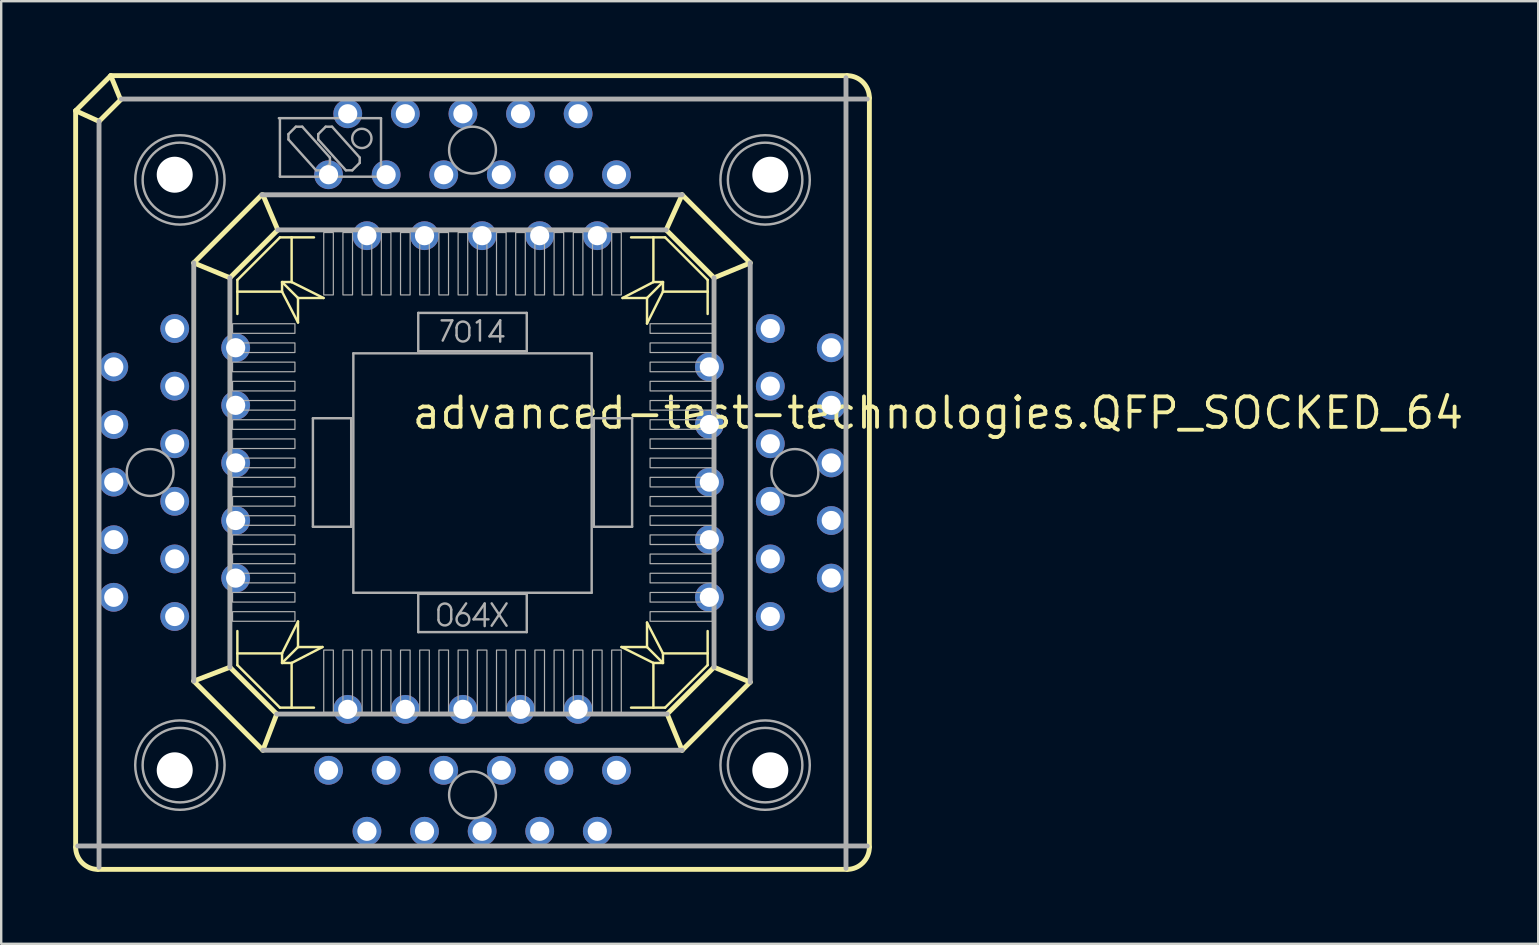
<source format=kicad_pcb>
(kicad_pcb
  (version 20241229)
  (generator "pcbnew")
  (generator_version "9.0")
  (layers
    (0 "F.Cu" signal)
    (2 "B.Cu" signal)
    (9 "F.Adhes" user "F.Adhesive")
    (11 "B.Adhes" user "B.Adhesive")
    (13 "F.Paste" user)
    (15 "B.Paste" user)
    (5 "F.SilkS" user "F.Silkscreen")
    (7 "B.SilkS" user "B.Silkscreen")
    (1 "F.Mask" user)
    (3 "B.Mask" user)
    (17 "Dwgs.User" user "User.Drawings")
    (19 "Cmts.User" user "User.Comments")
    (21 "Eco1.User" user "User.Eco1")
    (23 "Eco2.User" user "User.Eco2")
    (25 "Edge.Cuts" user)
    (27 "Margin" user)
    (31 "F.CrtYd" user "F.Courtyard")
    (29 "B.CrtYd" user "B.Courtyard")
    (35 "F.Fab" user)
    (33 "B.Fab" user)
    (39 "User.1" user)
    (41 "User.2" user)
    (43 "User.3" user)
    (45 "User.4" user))
  (footprint "advanced-test-technologies.QFP_SOCKED_64"
    (layer "F.Cu")
    (at 16.641 16.641)
    (property "Reference" "advanced-test-technologies.QFP_SOCKED_64" (at -2.6 -1.74 0) (layer "F.SilkS") (effects (font (size 1.27 1.27) (thickness 0.16)) (justify left bottom)))
    (attr through_hole)
    (fp_line (start -16.539 -15.076) (end -15.076 -16.539) (stroke (width 0.203) (type default)) (layer "F.SilkS"))
    (fp_line (start -16.539 15.608) (end -16.539 -15.076) (stroke (width 0.203) (type default)) (layer "F.SilkS"))
    (fp_line (start -15.564 -14.633) (end -16.539 -15.076) (stroke (width 0.203) (type default)) (layer "F.SilkS"))
    (fp_line (start -15.564 -14.633) (end -14.633 -15.564) (stroke (width 0.203) (type default)) (layer "F.SilkS"))
    (fp_line (start -15.076 -16.539) (end 15.608 -16.539) (stroke (width 0.203) (type default)) (layer "F.SilkS"))
    (fp_line (start -14.677 -15.564) (end -15.076 -16.539) (stroke (width 0.203) (type default)) (layer "F.SilkS"))
    (fp_line (start -11.617 -8.735) (end -8.78 -11.573) (stroke (width 0.203) (type default)) (layer "F.SilkS"))
    (fp_line (start -11.617 8.691) (end -10.11 8.114) (stroke (width 0.203) (type default)) (layer "F.SilkS"))
    (fp_line (start -10.11 -8.114) (end -11.617 -8.735) (stroke (width 0.203) (type default)) (layer "F.SilkS"))
    (fp_line (start -10.11 -8.114) (end -8.114 -10.11) (stroke (width 0.203) (type default)) (layer "F.SilkS"))
    (fp_line (start -9.799 -8.026) (end -9.799 -7.538) (stroke (width 0.102) (type default)) (layer "F.SilkS"))
    (fp_line (start -9.799 -7.538) (end -9.799 -6.607) (stroke (width 0.102) (type default)) (layer "F.SilkS"))
    (fp_line (start -9.799 -7.538) (end -7.937 -7.538) (stroke (width 0.102) (type default)) (layer "F.SilkS"))
    (fp_line (start -9.799 7.538) (end -9.799 6.607) (stroke (width 0.102) (type default)) (layer "F.SilkS"))
    (fp_line (start -9.799 7.538) (end -9.799 8.026) (stroke (width 0.102) (type default)) (layer "F.SilkS"))
    (fp_line (start -9.799 8.026) (end -8.026 9.799) (stroke (width 0.102) (type default)) (layer "F.SilkS"))
    (fp_line (start -8.735 11.573) (end -8.159 10.065) (stroke (width 0.203) (type default)) (layer "F.SilkS"))
    (fp_line (start -8.735 11.573) (end -11.617 8.691) (stroke (width 0.203) (type default)) (layer "F.SilkS"))
    (fp_line (start -8.159 10.065) (end -10.11 8.114) (stroke (width 0.203) (type default)) (layer "F.SilkS"))
    (fp_line (start -8.114 -10.11) (end -8.735 -11.573) (stroke (width 0.203) (type default)) (layer "F.SilkS"))
    (fp_line (start -8.026 -9.799) (end -9.799 -8.026) (stroke (width 0.102) (type default)) (layer "F.SilkS"))
    (fp_line (start -8.026 9.799) (end -7.538 9.799) (stroke (width 0.102) (type default)) (layer "F.SilkS"))
    (fp_line (start -7.937 -7.937) (end -7.538 -7.937) (stroke (width 0.102) (type default)) (layer "F.SilkS"))
    (fp_line (start -7.937 -7.937) (end -7.272 -7.272) (stroke (width 0.102) (type default)) (layer "F.SilkS"))
    (fp_line (start -7.937 -7.538) (end -7.937 -7.937) (stroke (width 0.102) (type default)) (layer "F.SilkS"))
    (fp_line (start -7.937 7.538) (end -9.799 7.538) (stroke (width 0.102) (type default)) (layer "F.SilkS"))
    (fp_line (start -7.937 7.538) (end -7.272 6.208) (stroke (width 0.102) (type default)) (layer "F.SilkS"))
    (fp_line (start -7.937 7.937) (end -7.937 7.538) (stroke (width 0.102) (type default)) (layer "F.SilkS"))
    (fp_line (start -7.937 7.937) (end -7.272 7.272) (stroke (width 0.102) (type default)) (layer "F.SilkS"))
    (fp_line (start -7.538 -9.799) (end -8.026 -9.799) (stroke (width 0.102) (type default)) (layer "F.SilkS"))
    (fp_line (start -7.538 -9.799) (end -6.607 -9.799) (stroke (width 0.102) (type default)) (layer "F.SilkS"))
    (fp_line (start -7.538 -7.937) (end -7.538 -9.799) (stroke (width 0.102) (type default)) (layer "F.SilkS"))
    (fp_line (start -7.538 -7.937) (end -6.208 -7.272) (stroke (width 0.102) (type default)) (layer "F.SilkS"))
    (fp_line (start -7.538 7.937) (end -7.937 7.937) (stroke (width 0.102) (type default)) (layer "F.SilkS"))
    (fp_line (start -7.538 9.799) (end -7.538 7.937) (stroke (width 0.102) (type default)) (layer "F.SilkS"))
    (fp_line (start -7.538 9.799) (end -6.607 9.799) (stroke (width 0.102) (type default)) (layer "F.SilkS"))
    (fp_line (start -7.272 -7.272) (end -7.272 -6.252) (stroke (width 0.102) (type default)) (layer "F.SilkS"))
    (fp_line (start -7.272 -6.252) (end -7.937 -7.538) (stroke (width 0.102) (type default)) (layer "F.SilkS"))
    (fp_line (start -7.272 6.208) (end -7.272 7.272) (stroke (width 0.102) (type default)) (layer "F.SilkS"))
    (fp_line (start -7.272 7.272) (end -6.252 7.272) (stroke (width 0.102) (type default)) (layer "F.SilkS"))
    (fp_line (start -6.252 7.272) (end -7.538 7.937) (stroke (width 0.102) (type default)) (layer "F.SilkS"))
    (fp_line (start -6.208 -7.272) (end -7.272 -7.272) (stroke (width 0.102) (type default)) (layer "F.SilkS"))
    (fp_line (start 6.208 7.272) (end 7.272 7.272) (stroke (width 0.102) (type default)) (layer "F.SilkS"))
    (fp_line (start 6.252 -7.272) (end 7.538 -7.937) (stroke (width 0.102) (type default)) (layer "F.SilkS"))
    (fp_line (start 7.272 -7.272) (end 6.252 -7.272) (stroke (width 0.102) (type default)) (layer "F.SilkS"))
    (fp_line (start 7.272 -6.208) (end 7.272 -7.272) (stroke (width 0.102) (type default)) (layer "F.SilkS"))
    (fp_line (start 7.272 6.252) (end 7.937 7.538) (stroke (width 0.102) (type default)) (layer "F.SilkS"))
    (fp_line (start 7.272 7.272) (end 7.272 6.252) (stroke (width 0.102) (type default)) (layer "F.SilkS"))
    (fp_line (start 7.538 -9.799) (end 6.607 -9.799) (stroke (width 0.102) (type default)) (layer "F.SilkS"))
    (fp_line (start 7.538 -9.799) (end 7.538 -7.937) (stroke (width 0.102) (type default)) (layer "F.SilkS"))
    (fp_line (start 7.538 -7.937) (end 7.937 -7.937) (stroke (width 0.102) (type default)) (layer "F.SilkS"))
    (fp_line (start 7.538 7.937) (end 6.208 7.272) (stroke (width 0.102) (type default)) (layer "F.SilkS"))
    (fp_line (start 7.538 7.937) (end 7.538 9.799) (stroke (width 0.102) (type default)) (layer "F.SilkS"))
    (fp_line (start 7.538 9.799) (end 6.607 9.799) (stroke (width 0.102) (type default)) (layer "F.SilkS"))
    (fp_line (start 7.538 9.799) (end 8.026 9.799) (stroke (width 0.102) (type default)) (layer "F.SilkS"))
    (fp_line (start 7.937 -7.937) (end 7.272 -7.272) (stroke (width 0.102) (type default)) (layer "F.SilkS"))
    (fp_line (start 7.937 -7.937) (end 7.937 -7.538) (stroke (width 0.102) (type default)) (layer "F.SilkS"))
    (fp_line (start 7.937 -7.538) (end 7.272 -6.208) (stroke (width 0.102) (type default)) (layer "F.SilkS"))
    (fp_line (start 7.937 -7.538) (end 9.799 -7.538) (stroke (width 0.102) (type default)) (layer "F.SilkS"))
    (fp_line (start 7.937 7.538) (end 7.937 7.937) (stroke (width 0.102) (type default)) (layer "F.SilkS"))
    (fp_line (start 7.937 7.937) (end 7.272 7.272) (stroke (width 0.102) (type default)) (layer "F.SilkS"))
    (fp_line (start 7.937 7.937) (end 7.538 7.937) (stroke (width 0.102) (type default)) (layer "F.SilkS"))
    (fp_line (start 8.026 -9.799) (end 7.538 -9.799) (stroke (width 0.102) (type default)) (layer "F.SilkS"))
    (fp_line (start 8.026 9.799) (end 9.799 8.026) (stroke (width 0.102) (type default)) (layer "F.SilkS"))
    (fp_line (start 8.07 -10.11) (end 8.735 -11.573) (stroke (width 0.203) (type default)) (layer "F.SilkS"))
    (fp_line (start 8.07 -10.11) (end 10.065 -8.114) (stroke (width 0.203) (type default)) (layer "F.SilkS"))
    (fp_line (start 8.114 10.065) (end 8.735 11.573) (stroke (width 0.203) (type default)) (layer "F.SilkS"))
    (fp_line (start 8.735 -11.573) (end 11.573 -8.735) (stroke (width 0.203) (type default)) (layer "F.SilkS"))
    (fp_line (start 9.799 -8.026) (end 8.026 -9.799) (stroke (width 0.102) (type default)) (layer "F.SilkS"))
    (fp_line (start 9.799 -7.538) (end 9.799 -8.026) (stroke (width 0.102) (type default)) (layer "F.SilkS"))
    (fp_line (start 9.799 -7.538) (end 9.799 -6.607) (stroke (width 0.102) (type default)) (layer "F.SilkS"))
    (fp_line (start 9.799 7.538) (end 7.937 7.538) (stroke (width 0.102) (type default)) (layer "F.SilkS"))
    (fp_line (start 9.799 7.538) (end 9.799 6.607) (stroke (width 0.102) (type default)) (layer "F.SilkS"))
    (fp_line (start 9.799 8.026) (end 9.799 7.538) (stroke (width 0.102) (type default)) (layer "F.SilkS"))
    (fp_line (start 10.065 -8.114) (end 11.573 -8.735) (stroke (width 0.203) (type default)) (layer "F.SilkS"))
    (fp_line (start 10.065 8.114) (end 8.114 10.065) (stroke (width 0.203) (type default)) (layer "F.SilkS"))
    (fp_line (start 10.065 8.114) (end 11.573 8.735) (stroke (width 0.203) (type default)) (layer "F.SilkS"))
    (fp_line (start 11.573 8.735) (end 8.735 11.573) (stroke (width 0.203) (type default)) (layer "F.SilkS"))
    (fp_line (start 15.608 16.539) (end -15.608 16.539) (stroke (width 0.203) (type default)) (layer "F.SilkS"))
    (fp_line (start 16.539 -15.608) (end 16.539 15.608) (stroke (width 0.203) (type default)) (layer "F.SilkS"))
    (fp_arc (start -15.608 16.5392) (mid -16.266458 16.266458) (end -16.5392 15.608) (stroke (width 0.2032) (type default)) (layer "F.SilkS"))
    (fp_arc (start 15.608 -16.5392) (mid 16.266458 -16.266458) (end 16.5392 -15.608) (stroke (width 0.2032) (type default)) (layer "F.SilkS"))
    (fp_arc (start 16.5392 15.608) (mid 16.266458 16.266458) (end 15.608 16.5392) (stroke (width 0.2032) (type default)) (layer "F.SilkS"))
    (fp_line (start -15.564 15.564) (end -16.451 15.564) (stroke (width 0.203) (type default)) (layer "F.Fab"))
    (fp_line (start -15.564 15.564) (end -15.564 -14.633) (stroke (width 0.203) (type default)) (layer "F.Fab"))
    (fp_line (start -15.564 15.564) (end -15.564 16.451) (stroke (width 0.203) (type default)) (layer "F.Fab"))
    (fp_line (start -14.633 -15.564) (end 15.564 -15.564) (stroke (width 0.203) (type default)) (layer "F.Fab"))
    (fp_line (start -11.617 8.691) (end -11.617 -8.735) (stroke (width 0.203) (type default)) (layer "F.Fab"))
    (fp_line (start -10.11 8.114) (end -10.11 -8.114) (stroke (width 0.203) (type default)) (layer "F.Fab"))
    (fp_line (start -8.78 -11.573) (end 8.735 -11.573) (stroke (width 0.203) (type default)) (layer "F.Fab"))
    (fp_line (start -8.114 -10.11) (end 8.07 -10.11) (stroke (width 0.203) (type default)) (layer "F.Fab"))
    (fp_line (start -8.07 -14.766) (end -8.026 -14.766) (stroke (width 0.102) (type default)) (layer "F.Fab"))
    (fp_line (start -8.026 -14.766) (end -3.813 -14.766) (stroke (width 0.102) (type default)) (layer "F.Fab"))
    (fp_line (start -8.026 -12.327) (end -8.026 -14.766) (stroke (width 0.102) (type default)) (layer "F.Fab"))
    (fp_line (start -7.671 -14.1) (end -7.361 -14.411) (stroke (width 0.102) (type default)) (layer "F.Fab"))
    (fp_line (start -7.671 -13.879) (end -7.671 -14.1) (stroke (width 0.102) (type default)) (layer "F.Fab"))
    (fp_line (start -7.361 -14.411) (end -7.095 -14.411) (stroke (width 0.102) (type default)) (layer "F.Fab"))
    (fp_line (start -7.095 -14.411) (end -5.942 -13.125) (stroke (width 0.102) (type default)) (layer "F.Fab"))
    (fp_line (start -6.651 -2.261) (end -6.651 2.261) (stroke (width 0.102) (type default)) (layer "F.Fab"))
    (fp_line (start -6.651 2.261) (end -5.055 2.261) (stroke (width 0.102) (type default)) (layer "F.Fab"))
    (fp_line (start -6.518 -12.593) (end -7.671 -13.879) (stroke (width 0.102) (type default)) (layer "F.Fab"))
    (fp_line (start -6.429 -14.1) (end -6.119 -14.411) (stroke (width 0.102) (type default)) (layer "F.Fab"))
    (fp_line (start -6.429 -13.879) (end -6.429 -14.1) (stroke (width 0.102) (type default)) (layer "F.Fab"))
    (fp_line (start -6.252 -12.593) (end -6.518 -12.593) (stroke (width 0.102) (type default)) (layer "F.Fab"))
    (fp_line (start -6.119 -14.411) (end -5.853 -14.411) (stroke (width 0.102) (type default)) (layer "F.Fab"))
    (fp_line (start -5.942 -13.125) (end -5.942 -12.859) (stroke (width 0.102) (type default)) (layer "F.Fab"))
    (fp_line (start -5.942 -12.859) (end -6.252 -12.593) (stroke (width 0.102) (type default)) (layer "F.Fab"))
    (fp_line (start -5.853 -14.411) (end -4.7 -13.125) (stroke (width 0.102) (type default)) (layer "F.Fab"))
    (fp_line (start -5.277 -12.593) (end -6.429 -13.879) (stroke (width 0.102) (type default)) (layer "F.Fab"))
    (fp_line (start -5.055 -2.261) (end -6.651 -2.261) (stroke (width 0.102) (type default)) (layer "F.Fab"))
    (fp_line (start -5.055 2.261) (end -5.055 -2.261) (stroke (width 0.102) (type default)) (layer "F.Fab"))
    (fp_line (start -5.011 -12.593) (end -5.277 -12.593) (stroke (width 0.102) (type default)) (layer "F.Fab"))
    (fp_line (start -4.966 -4.966) (end -4.966 5.011) (stroke (width 0.102) (type default)) (layer "F.Fab"))
    (fp_line (start -4.966 -4.966) (end 4.966 -4.966) (stroke (width 0.102) (type default)) (layer "F.Fab"))
    (fp_line (start -4.966 5.011) (end 4.966 5.011) (stroke (width 0.102) (type default)) (layer "F.Fab"))
    (fp_line (start -4.7 -13.125) (end -4.7 -12.903) (stroke (width 0.102) (type default)) (layer "F.Fab"))
    (fp_line (start -4.7 -12.903) (end -5.011 -12.593) (stroke (width 0.102) (type default)) (layer "F.Fab"))
    (fp_line (start -3.813 -14.766) (end -3.813 -12.327) (stroke (width 0.102) (type default)) (layer "F.Fab"))
    (fp_line (start -3.813 -12.327) (end -8.026 -12.327) (stroke (width 0.102) (type default)) (layer "F.Fab"))
    (fp_line (start -2.261 -6.651) (end -2.261 -5.055) (stroke (width 0.102) (type default)) (layer "F.Fab"))
    (fp_line (start -2.261 -5.055) (end 2.261 -5.055) (stroke (width 0.102) (type default)) (layer "F.Fab"))
    (fp_line (start -2.261 5.055) (end -2.261 6.651) (stroke (width 0.102) (type default)) (layer "F.Fab"))
    (fp_line (start -2.261 6.651) (end 2.261 6.651) (stroke (width 0.102) (type default)) (layer "F.Fab"))
    (fp_line (start -1.419 6.13) (end -1.419 5.72) (stroke (width 0.102) (type default)) (layer "F.Fab"))
    (fp_line (start -1.286 -6.341) (end -0.843 -6.341) (stroke (width 0.102) (type default)) (layer "F.Fab"))
    (fp_line (start -0.887 5.72) (end -0.887 6.105) (stroke (width 0.102) (type default)) (layer "F.Fab"))
    (fp_line (start -0.843 -6.341) (end -1.242 -5.498) (stroke (width 0.102) (type default)) (layer "F.Fab"))
    (fp_line (start -0.665 -6.03) (end -0.665 -5.72) (stroke (width 0.102) (type default)) (layer "F.Fab"))
    (fp_line (start -0.266 5.454) (end -0.576 5.897) (stroke (width 0.102) (type default)) (layer "F.Fab"))
    (fp_line (start -0.133 -5.72) (end -0.133 -6.03) (stroke (width 0.102) (type default)) (layer "F.Fab"))
    (fp_line (start 0.044 6.119) (end 0.665 6.119) (stroke (width 0.102) (type default)) (layer "F.Fab"))
    (fp_line (start 0.177 -6.252) (end 0.31 -6.341) (stroke (width 0.102) (type default)) (layer "F.Fab"))
    (fp_line (start 0.31 -6.341) (end 0.31 -5.498) (stroke (width 0.102) (type default)) (layer "F.Fab"))
    (fp_line (start 0.507 5.46) (end 0.044 6.119) (stroke (width 0.102) (type default)) (layer "F.Fab"))
    (fp_line (start 0.507 6.4) (end 0.507 5.46) (stroke (width 0.102) (type default)) (layer "F.Fab"))
    (fp_line (start 0.71 -5.676) (end 1.286 -5.676) (stroke (width 0.102) (type default)) (layer "F.Fab"))
    (fp_line (start 0.798 5.454) (end 1.419 6.385) (stroke (width 0.102) (type default)) (layer "F.Fab"))
    (fp_line (start 0.798 6.385) (end 1.419 5.454) (stroke (width 0.102) (type default)) (layer "F.Fab"))
    (fp_line (start 1.153 -6.341) (end 0.71 -5.676) (stroke (width 0.102) (type default)) (layer "F.Fab"))
    (fp_line (start 1.153 -5.454) (end 1.153 -6.341) (stroke (width 0.102) (type default)) (layer "F.Fab"))
    (fp_line (start 2.261 -6.651) (end -2.261 -6.651) (stroke (width 0.102) (type default)) (layer "F.Fab"))
    (fp_line (start 2.261 -5.055) (end 2.261 -6.651) (stroke (width 0.102) (type default)) (layer "F.Fab"))
    (fp_line (start 2.261 5.055) (end -2.261 5.055) (stroke (width 0.102) (type default)) (layer "F.Fab"))
    (fp_line (start 2.261 6.651) (end 2.261 5.055) (stroke (width 0.102) (type default)) (layer "F.Fab"))
    (fp_line (start 4.966 5.011) (end 4.966 -4.966) (stroke (width 0.102) (type default)) (layer "F.Fab"))
    (fp_line (start 5.055 -2.261) (end 5.055 2.261) (stroke (width 0.102) (type default)) (layer "F.Fab"))
    (fp_line (start 5.055 2.261) (end 6.651 2.261) (stroke (width 0.102) (type default)) (layer "F.Fab"))
    (fp_line (start 6.651 -2.261) (end 5.055 -2.261) (stroke (width 0.102) (type default)) (layer "F.Fab"))
    (fp_line (start 6.651 2.261) (end 6.651 -2.261) (stroke (width 0.102) (type default)) (layer "F.Fab"))
    (fp_line (start 8.114 10.065) (end -8.159 10.065) (stroke (width 0.203) (type default)) (layer "F.Fab"))
    (fp_line (start 8.735 11.573) (end -8.735 11.573) (stroke (width 0.203) (type default)) (layer "F.Fab"))
    (fp_line (start 10.065 -8.114) (end 10.065 8.114) (stroke (width 0.203) (type default)) (layer "F.Fab"))
    (fp_line (start 11.573 -8.735) (end 11.573 8.735) (stroke (width 0.203) (type default)) (layer "F.Fab"))
    (fp_line (start 15.564 -15.564) (end 15.564 -16.451) (stroke (width 0.203) (type default)) (layer "F.Fab"))
    (fp_line (start 15.564 -15.564) (end 15.564 15.564) (stroke (width 0.203) (type default)) (layer "F.Fab"))
    (fp_line (start 15.564 -15.564) (end 16.451 -15.564) (stroke (width 0.203) (type default)) (layer "F.Fab"))
    (fp_line (start 15.564 15.564) (end -15.564 15.564) (stroke (width 0.203) (type default)) (layer "F.Fab"))
    (fp_line (start 15.564 15.564) (end 15.564 16.495) (stroke (width 0.203) (type default)) (layer "F.Fab"))
    (fp_line (start 15.564 15.564) (end 16.451 15.564) (stroke (width 0.203) (type default)) (layer "F.Fab"))
    (fp_rect (start -10 -5.8) (end -7.4 -6.2) (stroke (width 0.05) (type default)) (fill no) (layer "F.Fab"))
    (fp_rect (start -10 -5) (end -7.4 -5.4) (stroke (width 0.05) (type default)) (fill no) (layer "F.Fab"))
    (fp_rect (start -10 -4.2) (end -7.4 -4.6) (stroke (width 0.05) (type default)) (fill no) (layer "F.Fab"))
    (fp_rect (start -10 -3.4) (end -7.4 -3.8) (stroke (width 0.05) (type default)) (fill no) (layer "F.Fab"))
    (fp_rect (start -10 -2.6) (end -7.4 -3) (stroke (width 0.05) (type default)) (fill no) (layer "F.Fab"))
    (fp_rect (start -10 -1.8) (end -7.4 -2.2) (stroke (width 0.05) (type default)) (fill no) (layer "F.Fab"))
    (fp_rect (start -10 -1) (end -7.4 -1.4) (stroke (width 0.05) (type default)) (fill no) (layer "F.Fab"))
    (fp_rect (start -10 -0.2) (end -7.4 -0.6) (stroke (width 0.05) (type default)) (fill no) (layer "F.Fab"))
    (fp_rect (start -10 0.6) (end -7.4 0.2) (stroke (width 0.05) (type default)) (fill no) (layer "F.Fab"))
    (fp_rect (start -10 1.4) (end -7.4 1) (stroke (width 0.05) (type default)) (fill no) (layer "F.Fab"))
    (fp_rect (start -10 2.2) (end -7.4 1.8) (stroke (width 0.05) (type default)) (fill no) (layer "F.Fab"))
    (fp_rect (start -10 3) (end -7.4 2.6) (stroke (width 0.05) (type default)) (fill no) (layer "F.Fab"))
    (fp_rect (start -10 3.8) (end -7.4 3.4) (stroke (width 0.05) (type default)) (fill no) (layer "F.Fab"))
    (fp_rect (start -10 4.6) (end -7.4 4.2) (stroke (width 0.05) (type default)) (fill no) (layer "F.Fab"))
    (fp_rect (start -10 5.4) (end -7.4 5) (stroke (width 0.05) (type default)) (fill no) (layer "F.Fab"))
    (fp_rect (start -10 6.2) (end -7.4 5.8) (stroke (width 0.05) (type default)) (fill no) (layer "F.Fab"))
    (fp_rect (start -6.2 -7.4) (end -5.8 -10) (stroke (width 0.05) (type default)) (fill no) (layer "F.Fab"))
    (fp_rect (start -6.2 10) (end -5.8 7.4) (stroke (width 0.05) (type default)) (fill no) (layer "F.Fab"))
    (fp_rect (start -5.4 -7.4) (end -5 -10) (stroke (width 0.05) (type default)) (fill no) (layer "F.Fab"))
    (fp_rect (start -5.4 10) (end -5 7.4) (stroke (width 0.05) (type default)) (fill no) (layer "F.Fab"))
    (fp_rect (start -4.6 -7.4) (end -4.2 -10) (stroke (width 0.05) (type default)) (fill no) (layer "F.Fab"))
    (fp_rect (start -4.6 10) (end -4.2 7.4) (stroke (width 0.05) (type default)) (fill no) (layer "F.Fab"))
    (fp_rect (start -3.8 -7.4) (end -3.4 -10) (stroke (width 0.05) (type default)) (fill no) (layer "F.Fab"))
    (fp_rect (start -3.8 10) (end -3.4 7.4) (stroke (width 0.05) (type default)) (fill no) (layer "F.Fab"))
    (fp_rect (start -3 -7.4) (end -2.6 -10) (stroke (width 0.05) (type default)) (fill no) (layer "F.Fab"))
    (fp_rect (start -3 10) (end -2.6 7.4) (stroke (width 0.05) (type default)) (fill no) (layer "F.Fab"))
    (fp_rect (start -2.2 -7.4) (end -1.8 -10) (stroke (width 0.05) (type default)) (fill no) (layer "F.Fab"))
    (fp_rect (start -2.2 10) (end -1.8 7.4) (stroke (width 0.05) (type default)) (fill no) (layer "F.Fab"))
    (fp_rect (start -1.4 -7.4) (end -1 -10) (stroke (width 0.05) (type default)) (fill no) (layer "F.Fab"))
    (fp_rect (start -1.4 10) (end -1 7.4) (stroke (width 0.05) (type default)) (fill no) (layer "F.Fab"))
    (fp_rect (start -0.6 -7.4) (end -0.2 -10) (stroke (width 0.05) (type default)) (fill no) (layer "F.Fab"))
    (fp_rect (start -0.6 10) (end -0.2 7.4) (stroke (width 0.05) (type default)) (fill no) (layer "F.Fab"))
    (fp_rect (start 0.2 -7.4) (end 0.6 -10) (stroke (width 0.05) (type default)) (fill no) (layer "F.Fab"))
    (fp_rect (start 0.2 10) (end 0.6 7.4) (stroke (width 0.05) (type default)) (fill no) (layer "F.Fab"))
    (fp_rect (start 1 -7.4) (end 1.4 -10) (stroke (width 0.05) (type default)) (fill no) (layer "F.Fab"))
    (fp_rect (start 1 10) (end 1.4 7.4) (stroke (width 0.05) (type default)) (fill no) (layer "F.Fab"))
    (fp_rect (start 1.8 -7.4) (end 2.2 -10) (stroke (width 0.05) (type default)) (fill no) (layer "F.Fab"))
    (fp_rect (start 1.8 10) (end 2.2 7.4) (stroke (width 0.05) (type default)) (fill no) (layer "F.Fab"))
    (fp_rect (start 2.6 -7.4) (end 3 -10) (stroke (width 0.05) (type default)) (fill no) (layer "F.Fab"))
    (fp_rect (start 2.6 10) (end 3 7.4) (stroke (width 0.05) (type default)) (fill no) (layer "F.Fab"))
    (fp_rect (start 3.4 -7.4) (end 3.8 -10) (stroke (width 0.05) (type default)) (fill no) (layer "F.Fab"))
    (fp_rect (start 3.4 10) (end 3.8 7.4) (stroke (width 0.05) (type default)) (fill no) (layer "F.Fab"))
    (fp_rect (start 4.2 -7.4) (end 4.6 -10) (stroke (width 0.05) (type default)) (fill no) (layer "F.Fab"))
    (fp_rect (start 4.2 10) (end 4.6 7.4) (stroke (width 0.05) (type default)) (fill no) (layer "F.Fab"))
    (fp_rect (start 5 -7.4) (end 5.4 -10) (stroke (width 0.05) (type default)) (fill no) (layer "F.Fab"))
    (fp_rect (start 5 10) (end 5.4 7.4) (stroke (width 0.05) (type default)) (fill no) (layer "F.Fab"))
    (fp_rect (start 5.8 -7.4) (end 6.2 -10) (stroke (width 0.05) (type default)) (fill no) (layer "F.Fab"))
    (fp_rect (start 5.8 10) (end 6.2 7.4) (stroke (width 0.05) (type default)) (fill no) (layer "F.Fab"))
    (fp_rect (start 7.4 -5.8) (end 10 -6.2) (stroke (width 0.05) (type default)) (fill no) (layer "F.Fab"))
    (fp_rect (start 7.4 -5) (end 10 -5.4) (stroke (width 0.05) (type default)) (fill no) (layer "F.Fab"))
    (fp_rect (start 7.4 -4.2) (end 10 -4.6) (stroke (width 0.05) (type default)) (fill no) (layer "F.Fab"))
    (fp_rect (start 7.4 -3.4) (end 10 -3.8) (stroke (width 0.05) (type default)) (fill no) (layer "F.Fab"))
    (fp_rect (start 7.4 -2.6) (end 10 -3) (stroke (width 0.05) (type default)) (fill no) (layer "F.Fab"))
    (fp_rect (start 7.4 -1.8) (end 10 -2.2) (stroke (width 0.05) (type default)) (fill no) (layer "F.Fab"))
    (fp_rect (start 7.4 -1) (end 10 -1.4) (stroke (width 0.05) (type default)) (fill no) (layer "F.Fab"))
    (fp_rect (start 7.4 -0.2) (end 10 -0.6) (stroke (width 0.05) (type default)) (fill no) (layer "F.Fab"))
    (fp_rect (start 7.4 0.6) (end 10 0.2) (stroke (width 0.05) (type default)) (fill no) (layer "F.Fab"))
    (fp_rect (start 7.4 1.4) (end 10 1) (stroke (width 0.05) (type default)) (fill no) (layer "F.Fab"))
    (fp_rect (start 7.4 2.2) (end 10 1.8) (stroke (width 0.05) (type default)) (fill no) (layer "F.Fab"))
    (fp_rect (start 7.4 3) (end 10 2.6) (stroke (width 0.05) (type default)) (fill no) (layer "F.Fab"))
    (fp_rect (start 7.4 3.8) (end 10 3.4) (stroke (width 0.05) (type default)) (fill no) (layer "F.Fab"))
    (fp_rect (start 7.4 4.6) (end 10 4.2) (stroke (width 0.05) (type default)) (fill no) (layer "F.Fab"))
    (fp_rect (start 7.4 5.4) (end 10 5) (stroke (width 0.05) (type default)) (fill no) (layer "F.Fab"))
    (fp_rect (start 7.4 6.2) (end 10 5.8) (stroke (width 0.05) (type default)) (fill no) (layer "F.Fab"))
    (fp_arc (start -1.4189 5.72) (mid -1.15285 5.45395) (end -0.8868 5.72) (stroke (width 0.1016) (type default)) (layer "F.Fab"))
    (fp_arc (start -0.8868 6.1054) (mid -1.132467 6.37237) (end -1.4189 6.1497) (stroke (width 0.1016) (type default)) (layer "F.Fab"))
    (fp_arc (start -0.6651 -6.0304) (mid -0.39905 -6.29645) (end -0.133 -6.0304) (stroke (width 0.1016) (type default)) (layer "F.Fab"))
    (fp_arc (start -0.133 -5.72) (mid -0.39905 -5.45395) (end -0.6651 -5.72) (stroke (width 0.1016) (type default)) (layer "F.Fab"))
    (fp_circle (center -13.435 0) (end -12.46 0) (stroke (width 0.102) (type default)) (fill no) (layer "F.Fab"))
    (fp_circle (center -12.194 -12.194) (end -10.641 -12.194) (stroke (width 0.102) (type default)) (fill no) (layer "F.Fab"))
    (fp_circle (center -12.194 -12.194) (end -10.332 -12.194) (stroke (width 0.102) (type default)) (fill no) (layer "F.Fab"))
    (fp_circle (center -12.194 12.194) (end -10.641 12.194) (stroke (width 0.102) (type default)) (fill no) (layer "F.Fab"))
    (fp_circle (center -12.194 12.194) (end -10.332 12.194) (stroke (width 0.102) (type default)) (fill no) (layer "F.Fab"))
    (fp_circle (center -4.612 -13.923) (end -4.21 -13.923) (stroke (width 0.102) (type default)) (fill no) (layer "F.Fab"))
    (fp_circle (center -0.399 6.119) (end -0.133 6.119) (stroke (width 0.102) (type default)) (fill no) (layer "F.Fab"))
    (fp_circle (center 0 -13.435) (end 0.976 -13.435) (stroke (width 0.102) (type default)) (fill no) (layer "F.Fab"))
    (fp_circle (center 0 13.435) (end 0.976 13.435) (stroke (width 0.102) (type default)) (fill no) (layer "F.Fab"))
    (fp_circle (center 12.194 -12.194) (end 13.746 -12.194) (stroke (width 0.102) (type default)) (fill no) (layer "F.Fab"))
    (fp_circle (center 12.194 -12.194) (end 14.056 -12.194) (stroke (width 0.102) (type default)) (fill no) (layer "F.Fab"))
    (fp_circle (center 12.194 12.194) (end 13.746 12.194) (stroke (width 0.102) (type default)) (fill no) (layer "F.Fab"))
    (fp_circle (center 12.194 12.194) (end 14.056 12.194) (stroke (width 0.102) (type default)) (fill no) (layer "F.Fab"))
    (fp_circle (center 13.435 0) (end 14.411 0) (stroke (width 0.102) (type default)) (fill no) (layer "F.Fab"))
    (pad "" np_thru_hole circle (at -12.41 -12.41) (size 1.5 1.5) (drill 1.5) (layers "*.Cu" "*.Mask"))
    (pad "" np_thru_hole circle (at -12.41 12.41) (size 1.5 1.5) (drill 1.5) (layers "*.Cu" "*.Mask"))
    (pad "" np_thru_hole circle (at 12.41 -12.41) (size 1.5 1.5) (drill 1.5) (layers "*.Cu" "*.Mask"))
    (pad "" np_thru_hole circle (at 12.41 12.41) (size 1.5 1.5) (drill 1.5) (layers "*.Cu" "*.Mask"))
    (pad "1" thru_hole circle (at -12.41 -6) (size 1.2 1.2) (drill 0.8) (layers "*.Cu" "*.Mask"))
    (pad "2" thru_hole circle (at -9.87 -5.2) (size 1.2 1.2) (drill 0.8) (layers "*.Cu" "*.Mask"))
    (pad "3" thru_hole circle (at -14.95 -4.4) (size 1.2 1.2) (drill 0.8) (layers "*.Cu" "*.Mask"))
    (pad "4" thru_hole circle (at -12.41 -3.6) (size 1.2 1.2) (drill 0.8) (layers "*.Cu" "*.Mask"))
    (pad "5" thru_hole circle (at -9.87 -2.8) (size 1.2 1.2) (drill 0.8) (layers "*.Cu" "*.Mask"))
    (pad "6" thru_hole circle (at -14.95 -2) (size 1.2 1.2) (drill 0.8) (layers "*.Cu" "*.Mask"))
    (pad "7" thru_hole circle (at -12.41 -1.2) (size 1.2 1.2) (drill 0.8) (layers "*.Cu" "*.Mask"))
    (pad "8" thru_hole circle (at -9.87 -0.4) (size 1.2 1.2) (drill 0.8) (layers "*.Cu" "*.Mask"))
    (pad "9" thru_hole circle (at -14.95 0.4) (size 1.2 1.2) (drill 0.8) (layers "*.Cu" "*.Mask"))
    (pad "10" thru_hole circle (at -12.41 1.2) (size 1.2 1.2) (drill 0.8) (layers "*.Cu" "*.Mask"))
    (pad "11" thru_hole circle (at -9.87 2) (size 1.2 1.2) (drill 0.8) (layers "*.Cu" "*.Mask"))
    (pad "12" thru_hole circle (at -14.95 2.8) (size 1.2 1.2) (drill 0.8) (layers "*.Cu" "*.Mask"))
    (pad "13" thru_hole circle (at -12.41 3.6) (size 1.2 1.2) (drill 0.8) (layers "*.Cu" "*.Mask"))
    (pad "14" thru_hole circle (at -9.87 4.4) (size 1.2 1.2) (drill 0.8) (layers "*.Cu" "*.Mask"))
    (pad "15" thru_hole circle (at -14.95 5.2) (size 1.2 1.2) (drill 0.8) (layers "*.Cu" "*.Mask"))
    (pad "16" thru_hole circle (at -12.41 6) (size 1.2 1.2) (drill 0.8) (layers "*.Cu" "*.Mask"))
    (pad "17" thru_hole circle (at -6 12.41 90) (size 1.2 1.2) (drill 0.8) (layers "*.Cu" "*.Mask"))
    (pad "18" thru_hole circle (at -5.2 9.87 90) (size 1.2 1.2) (drill 0.8) (layers "*.Cu" "*.Mask"))
    (pad "19" thru_hole circle (at -4.4 14.95 90) (size 1.2 1.2) (drill 0.8) (layers "*.Cu" "*.Mask"))
    (pad "20" thru_hole circle (at -3.6 12.41 90) (size 1.2 1.2) (drill 0.8) (layers "*.Cu" "*.Mask"))
    (pad "21" thru_hole circle (at -2.8 9.87 90) (size 1.2 1.2) (drill 0.8) (layers "*.Cu" "*.Mask"))
    (pad "22" thru_hole circle (at -2 14.95 90) (size 1.2 1.2) (drill 0.8) (layers "*.Cu" "*.Mask"))
    (pad "23" thru_hole circle (at -1.2 12.41 90) (size 1.2 1.2) (drill 0.8) (layers "*.Cu" "*.Mask"))
    (pad "24" thru_hole circle (at -0.4 9.87 90) (size 1.2 1.2) (drill 0.8) (layers "*.Cu" "*.Mask"))
    (pad "25" thru_hole circle (at 0.4 14.95 90) (size 1.2 1.2) (drill 0.8) (layers "*.Cu" "*.Mask"))
    (pad "26" thru_hole circle (at 1.2 12.41 90) (size 1.2 1.2) (drill 0.8) (layers "*.Cu" "*.Mask"))
    (pad "27" thru_hole circle (at 2 9.87 90) (size 1.2 1.2) (drill 0.8) (layers "*.Cu" "*.Mask"))
    (pad "28" thru_hole circle (at 2.8 14.95 90) (size 1.2 1.2) (drill 0.8) (layers "*.Cu" "*.Mask"))
    (pad "29" thru_hole circle (at 3.6 12.41 90) (size 1.2 1.2) (drill 0.8) (layers "*.Cu" "*.Mask"))
    (pad "30" thru_hole circle (at 4.4 9.87 90) (size 1.2 1.2) (drill 0.8) (layers "*.Cu" "*.Mask"))
    (pad "31" thru_hole circle (at 5.2 14.95 90) (size 1.2 1.2) (drill 0.8) (layers "*.Cu" "*.Mask"))
    (pad "32" thru_hole circle (at 6 12.41 90) (size 1.2 1.2) (drill 0.8) (layers "*.Cu" "*.Mask"))
    (pad "33" thru_hole circle (at 12.41 6 180) (size 1.2 1.2) (drill 0.8) (layers "*.Cu" "*.Mask"))
    (pad "34" thru_hole circle (at 9.87 5.2 180) (size 1.2 1.2) (drill 0.8) (layers "*.Cu" "*.Mask"))
    (pad "35" thru_hole circle (at 14.95 4.4 180) (size 1.2 1.2) (drill 0.8) (layers "*.Cu" "*.Mask"))
    (pad "36" thru_hole circle (at 12.41 3.6 180) (size 1.2 1.2) (drill 0.8) (layers "*.Cu" "*.Mask"))
    (pad "37" thru_hole circle (at 9.87 2.8 180) (size 1.2 1.2) (drill 0.8) (layers "*.Cu" "*.Mask"))
    (pad "38" thru_hole circle (at 14.95 2 180) (size 1.2 1.2) (drill 0.8) (layers "*.Cu" "*.Mask"))
    (pad "39" thru_hole circle (at 12.41 1.2 180) (size 1.2 1.2) (drill 0.8) (layers "*.Cu" "*.Mask"))
    (pad "40" thru_hole circle (at 9.87 0.4 180) (size 1.2 1.2) (drill 0.8) (layers "*.Cu" "*.Mask"))
    (pad "41" thru_hole circle (at 14.95 -0.4 180) (size 1.2 1.2) (drill 0.8) (layers "*.Cu" "*.Mask"))
    (pad "42" thru_hole circle (at 12.41 -1.2 180) (size 1.2 1.2) (drill 0.8) (layers "*.Cu" "*.Mask"))
    (pad "43" thru_hole circle (at 9.87 -2 180) (size 1.2 1.2) (drill 0.8) (layers "*.Cu" "*.Mask"))
    (pad "44" thru_hole circle (at 14.95 -2.8 180) (size 1.2 1.2) (drill 0.8) (layers "*.Cu" "*.Mask"))
    (pad "45" thru_hole circle (at 12.41 -3.6 180) (size 1.2 1.2) (drill 0.8) (layers "*.Cu" "*.Mask"))
    (pad "46" thru_hole circle (at 9.87 -4.4 180) (size 1.2 1.2) (drill 0.8) (layers "*.Cu" "*.Mask"))
    (pad "47" thru_hole circle (at 14.95 -5.2 180) (size 1.2 1.2) (drill 0.8) (layers "*.Cu" "*.Mask"))
    (pad "48" thru_hole circle (at 12.41 -6 180) (size 1.2 1.2) (drill 0.8) (layers "*.Cu" "*.Mask"))
    (pad "49" thru_hole circle (at 6 -12.41 270) (size 1.2 1.2) (drill 0.8) (layers "*.Cu" "*.Mask"))
    (pad "50" thru_hole circle (at 5.2 -9.87 270) (size 1.2 1.2) (drill 0.8) (layers "*.Cu" "*.Mask"))
    (pad "51" thru_hole circle (at 4.4 -14.95 270) (size 1.2 1.2) (drill 0.8) (layers "*.Cu" "*.Mask"))
    (pad "52" thru_hole circle (at 3.6 -12.41 270) (size 1.2 1.2) (drill 0.8) (layers "*.Cu" "*.Mask"))
    (pad "53" thru_hole circle (at 2.8 -9.87 270) (size 1.2 1.2) (drill 0.8) (layers "*.Cu" "*.Mask"))
    (pad "54" thru_hole circle (at 2 -14.95 270) (size 1.2 1.2) (drill 0.8) (layers "*.Cu" "*.Mask"))
    (pad "55" thru_hole circle (at 1.2 -12.41 270) (size 1.2 1.2) (drill 0.8) (layers "*.Cu" "*.Mask"))
    (pad "56" thru_hole circle (at 0.4 -9.87 270) (size 1.2 1.2) (drill 0.8) (layers "*.Cu" "*.Mask"))
    (pad "57" thru_hole circle (at -0.4 -14.95 270) (size 1.2 1.2) (drill 0.8) (layers "*.Cu" "*.Mask"))
    (pad "58" thru_hole circle (at -1.2 -12.41 270) (size 1.2 1.2) (drill 0.8) (layers "*.Cu" "*.Mask"))
    (pad "59" thru_hole circle (at -2 -9.87 270) (size 1.2 1.2) (drill 0.8) (layers "*.Cu" "*.Mask"))
    (pad "60" thru_hole circle (at -2.8 -14.95 270) (size 1.2 1.2) (drill 0.8) (layers "*.Cu" "*.Mask"))
    (pad "61" thru_hole circle (at -3.6 -12.41 270) (size 1.2 1.2) (drill 0.8) (layers "*.Cu" "*.Mask"))
    (pad "62" thru_hole circle (at -4.4 -9.87 270) (size 1.2 1.2) (drill 0.8) (layers "*.Cu" "*.Mask"))
    (pad "63" thru_hole circle (at -5.2 -14.95 270) (size 1.2 1.2) (drill 0.8) (layers "*.Cu" "*.Mask"))
    (pad "64" thru_hole circle (at -6 -12.41 270) (size 1.2 1.2) (drill 0.8) (layers "*.Cu" "*.Mask")))
  (gr_rect
    (start -3 -3)
    (end 61.052 36.282)
    (stroke (width 0.1) (type default))
    (fill no)
    (layer "Edge.Cuts")))
</source>
